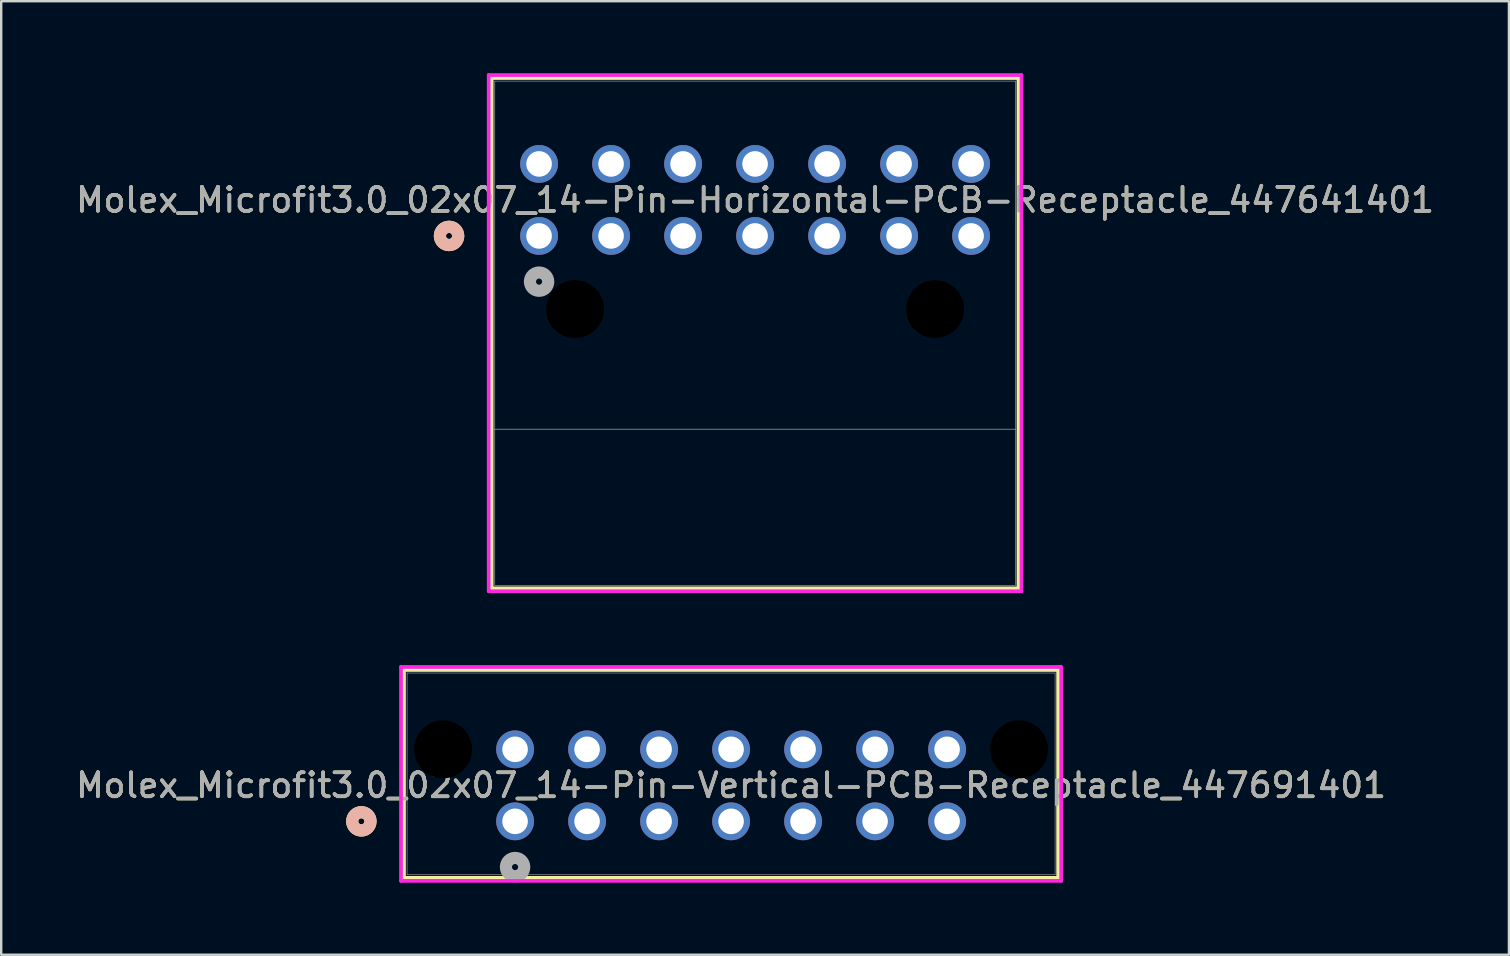
<source format=kicad_pcb>
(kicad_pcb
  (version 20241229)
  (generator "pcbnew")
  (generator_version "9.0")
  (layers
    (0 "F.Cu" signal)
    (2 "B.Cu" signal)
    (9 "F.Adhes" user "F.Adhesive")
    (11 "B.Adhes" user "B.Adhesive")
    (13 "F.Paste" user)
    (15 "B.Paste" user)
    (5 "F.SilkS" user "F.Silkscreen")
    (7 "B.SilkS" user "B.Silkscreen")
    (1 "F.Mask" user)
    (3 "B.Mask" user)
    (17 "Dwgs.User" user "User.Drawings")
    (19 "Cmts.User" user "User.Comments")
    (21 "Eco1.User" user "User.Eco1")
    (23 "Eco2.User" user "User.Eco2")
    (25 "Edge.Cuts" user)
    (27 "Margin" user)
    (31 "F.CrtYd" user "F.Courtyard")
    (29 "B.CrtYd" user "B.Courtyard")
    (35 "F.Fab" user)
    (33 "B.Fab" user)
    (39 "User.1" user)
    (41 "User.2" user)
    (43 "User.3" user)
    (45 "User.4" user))
  (footprint "Molex_Microfit3.0_02x07_14-Pin-Horizontal-PCB-Receptacle_447641401"
    (layer "F.Cu")
    (at 19.411 6.78)
    (property "Reference" "Molex_Microfit3.0_02x07_14-Pin-Horizontal-PCB-Receptacle_447641401" (at 9 -1.5 0) (unlocked yes) (layer "F.SilkS") (effects (font (size 1 1) (thickness 0.15))))
    (attr through_hole)
    (fp_line (start -1.973 -6.577) (end -1.973 14.683) (stroke (width 0.152) (type solid)) (layer "F.SilkS"))
    (fp_line (start -1.973 14.683) (end 19.973 14.683) (stroke (width 0.152) (type solid)) (layer "F.SilkS"))
    (fp_line (start 19.973 -6.577) (end -1.973 -6.577) (stroke (width 0.152) (type solid)) (layer "F.SilkS"))
    (fp_line (start 19.973 14.683) (end 19.973 -6.577) (stroke (width 0.152) (type solid)) (layer "F.SilkS"))
    (fp_circle (center -3.751 0) (end -3.37 0) (stroke (width 0.508) (type solid)) (fill no) (layer "F.SilkS"))
    (fp_circle (center -3.751 0) (end -3.37 0) (stroke (width 0.508) (type solid)) (fill no) (layer "B.SilkS"))
    (fp_line (start -2.1 -6.704) (end -2.1 14.805) (stroke (width 0.152) (type solid)) (layer "F.CrtYd"))
    (fp_line (start -2.1 14.805) (end 20.1 14.805) (stroke (width 0.152) (type solid)) (layer "F.CrtYd"))
    (fp_line (start 20.1 -6.704) (end -2.1 -6.704) (stroke (width 0.152) (type solid)) (layer "F.CrtYd"))
    (fp_line (start 20.1 14.805) (end 20.1 -6.704) (stroke (width 0.152) (type solid)) (layer "F.CrtYd"))
    (fp_line (start -1.846 -6.45) (end -1.846 8.053) (stroke (width 0.025) (type solid)) (layer "F.Fab"))
    (fp_line (start -1.846 8.053) (end -1.846 14.556) (stroke (width 0.025) (type solid)) (layer "F.Fab"))
    (fp_line (start -1.846 8.053) (end 19.846 8.053) (stroke (width 0.025) (type solid)) (layer "F.Fab"))
    (fp_line (start -1.846 14.556) (end 19.846 14.556) (stroke (width 0.025) (type solid)) (layer "F.Fab"))
    (fp_line (start 19.846 -6.45) (end -1.846 -6.45) (stroke (width 0.025) (type solid)) (layer "F.Fab"))
    (fp_line (start 19.846 8.053) (end 19.846 -6.45) (stroke (width 0.025) (type solid)) (layer "F.Fab"))
    (fp_line (start 19.846 14.556) (end 19.846 8.053) (stroke (width 0.025) (type solid)) (layer "F.Fab"))
    (fp_circle (center 0 1.905) (end 0.381 1.905) (stroke (width 0.508) (type solid)) (fill no) (layer "F.Fab"))
    (fp_text user "${REFERENCE}" (at 9 -1.5 0) (unlocked yes) (layer "F.Fab") (effects (font (size 1 1) (thickness 0.15))))
    (pad "" np_thru_hole circle (at 1.5 3.05) (size 2.413 2.413) (drill 2.413) (layers))
    (pad "" np_thru_hole circle (at 16.5 3.05) (size 2.413 2.413) (drill 2.413) (layers))
    (pad "1" thru_hole circle (at 0 0) (size 1.575 1.575) (drill 1.067) (layers "*.Cu" "*.Mask"))
    (pad "2" thru_hole circle (at 3 0) (size 1.575 1.575) (drill 1.067) (layers "*.Cu" "*.Mask"))
    (pad "3" thru_hole circle (at 6 0) (size 1.575 1.575) (drill 1.067) (layers "*.Cu" "*.Mask"))
    (pad "4" thru_hole circle (at 9 0) (size 1.575 1.575) (drill 1.067) (layers "*.Cu" "*.Mask"))
    (pad "5" thru_hole circle (at 12 0) (size 1.575 1.575) (drill 1.067) (layers "*.Cu" "*.Mask"))
    (pad "6" thru_hole circle (at 15 0) (size 1.575 1.575) (drill 1.067) (layers "*.Cu" "*.Mask"))
    (pad "7" thru_hole circle (at 18 0) (size 1.575 1.575) (drill 1.067) (layers "*.Cu" "*.Mask"))
    (pad "8" thru_hole circle (at 0 -3) (size 1.575 1.575) (drill 1.067) (layers "*.Cu" "*.Mask"))
    (pad "9" thru_hole circle (at 3 -3) (size 1.575 1.575) (drill 1.067) (layers "*.Cu" "*.Mask"))
    (pad "10" thru_hole circle (at 6 -3) (size 1.575 1.575) (drill 1.067) (layers "*.Cu" "*.Mask"))
    (pad "11" thru_hole circle (at 9 -3) (size 1.575 1.575) (drill 1.067) (layers "*.Cu" "*.Mask"))
    (pad "12" thru_hole circle (at 12 -3) (size 1.575 1.575) (drill 1.067) (layers "*.Cu" "*.Mask"))
    (pad "13" thru_hole circle (at 15 -3) (size 1.575 1.575) (drill 1.067) (layers "*.Cu" "*.Mask"))
    (pad "14" thru_hole circle (at 18 -3) (size 1.575 1.575) (drill 1.067) (layers "*.Cu" "*.Mask")))
  (footprint "Molex_Microfit3.0_02x07_14-Pin-Vertical-PCB-Receptacle_447691401"
    (layer "F.Cu")
    (at 18.411 31.172)
    (property "Reference" "Molex_Microfit3.0_02x07_14-Pin-Vertical-PCB-Receptacle_447691401" (at 9 -1.5 0) (unlocked yes) (layer "F.SilkS") (effects (font (size 1 1) (thickness 0.15))))
    (attr through_hole)
    (fp_line (start -4.627 -6.307) (end -4.627 2.354) (stroke (width 0.152) (type solid)) (layer "F.SilkS"))
    (fp_line (start -4.627 2.354) (end 22.627 2.354) (stroke (width 0.152) (type solid)) (layer "F.SilkS"))
    (fp_line (start 22.627 -6.307) (end -4.627 -6.307) (stroke (width 0.152) (type solid)) (layer "F.SilkS"))
    (fp_line (start 22.627 2.354) (end 22.627 -6.307) (stroke (width 0.152) (type solid)) (layer "F.SilkS"))
    (fp_circle (center -6.405 0) (end -6.024 0) (stroke (width 0.508) (type solid)) (fill no) (layer "F.SilkS"))
    (fp_circle (center -6.405 0) (end -6.024 0) (stroke (width 0.508) (type solid)) (fill no) (layer "B.SilkS"))
    (fp_line (start -4.754 -6.434) (end -4.754 2.481) (stroke (width 0.152) (type solid)) (layer "F.CrtYd"))
    (fp_line (start -4.754 2.481) (end 22.754 2.481) (stroke (width 0.152) (type solid)) (layer "F.CrtYd"))
    (fp_line (start 22.754 -6.434) (end -4.754 -6.434) (stroke (width 0.152) (type solid)) (layer "F.CrtYd"))
    (fp_line (start 22.754 2.481) (end 22.754 -6.434) (stroke (width 0.152) (type solid)) (layer "F.CrtYd"))
    (fp_line (start -4.5 -6.18) (end -4.5 2.227) (stroke (width 0.025) (type solid)) (layer "F.Fab"))
    (fp_line (start -4.5 2.227) (end 22.5 2.227) (stroke (width 0.025) (type solid)) (layer "F.Fab"))
    (fp_line (start 22.5 -6.18) (end -4.5 -6.18) (stroke (width 0.025) (type solid)) (layer "F.Fab"))
    (fp_line (start 22.5 2.227) (end 22.5 -6.18) (stroke (width 0.025) (type solid)) (layer "F.Fab"))
    (fp_circle (center 0 1.905) (end 0.381 1.905) (stroke (width 0.508) (type solid)) (fill no) (layer "F.Fab"))
    (fp_text user "${REFERENCE}" (at 9 -1.5 0) (unlocked yes) (layer "F.Fab") (effects (font (size 1 1) (thickness 0.15))))
    (pad "" np_thru_hole circle (at -3 -3) (size 2.413 2.413) (drill 2.413) (layers))
    (pad "" np_thru_hole circle (at 21 -3) (size 2.413 2.413) (drill 2.413) (layers))
    (pad "1" thru_hole circle (at 0 0) (size 1.575 1.575) (drill 1.067) (layers "*.Cu" "*.Mask"))
    (pad "2" thru_hole circle (at 3 0) (size 1.575 1.575) (drill 1.067) (layers "*.Cu" "*.Mask"))
    (pad "3" thru_hole circle (at 6 0) (size 1.575 1.575) (drill 1.067) (layers "*.Cu" "*.Mask"))
    (pad "4" thru_hole circle (at 9 0) (size 1.575 1.575) (drill 1.067) (layers "*.Cu" "*.Mask"))
    (pad "5" thru_hole circle (at 12 0) (size 1.575 1.575) (drill 1.067) (layers "*.Cu" "*.Mask"))
    (pad "6" thru_hole circle (at 15 0) (size 1.575 1.575) (drill 1.067) (layers "*.Cu" "*.Mask"))
    (pad "7" thru_hole circle (at 18 0) (size 1.575 1.575) (drill 1.067) (layers "*.Cu" "*.Mask"))
    (pad "8" thru_hole circle (at 0 -3) (size 1.575 1.575) (drill 1.067) (layers "*.Cu" "*.Mask"))
    (pad "9" thru_hole circle (at 3 -3) (size 1.575 1.575) (drill 1.067) (layers "*.Cu" "*.Mask"))
    (pad "10" thru_hole circle (at 6 -3) (size 1.575 1.575) (drill 1.067) (layers "*.Cu" "*.Mask"))
    (pad "11" thru_hole circle (at 9 -3) (size 1.575 1.575) (drill 1.067) (layers "*.Cu" "*.Mask"))
    (pad "12" thru_hole circle (at 12 -3) (size 1.575 1.575) (drill 1.067) (layers "*.Cu" "*.Mask"))
    (pad "13" thru_hole circle (at 15 -3) (size 1.575 1.575) (drill 1.067) (layers "*.Cu" "*.Mask"))
    (pad "14" thru_hole circle (at 18 -3) (size 1.575 1.575) (drill 1.067) (layers "*.Cu" "*.Mask")))
  (gr_rect
    (start -3 -3)
    (end 59.821 36.729)
    (stroke (width 0.1) (type default))
    (fill no)
    (layer "Edge.Cuts")))
</source>
